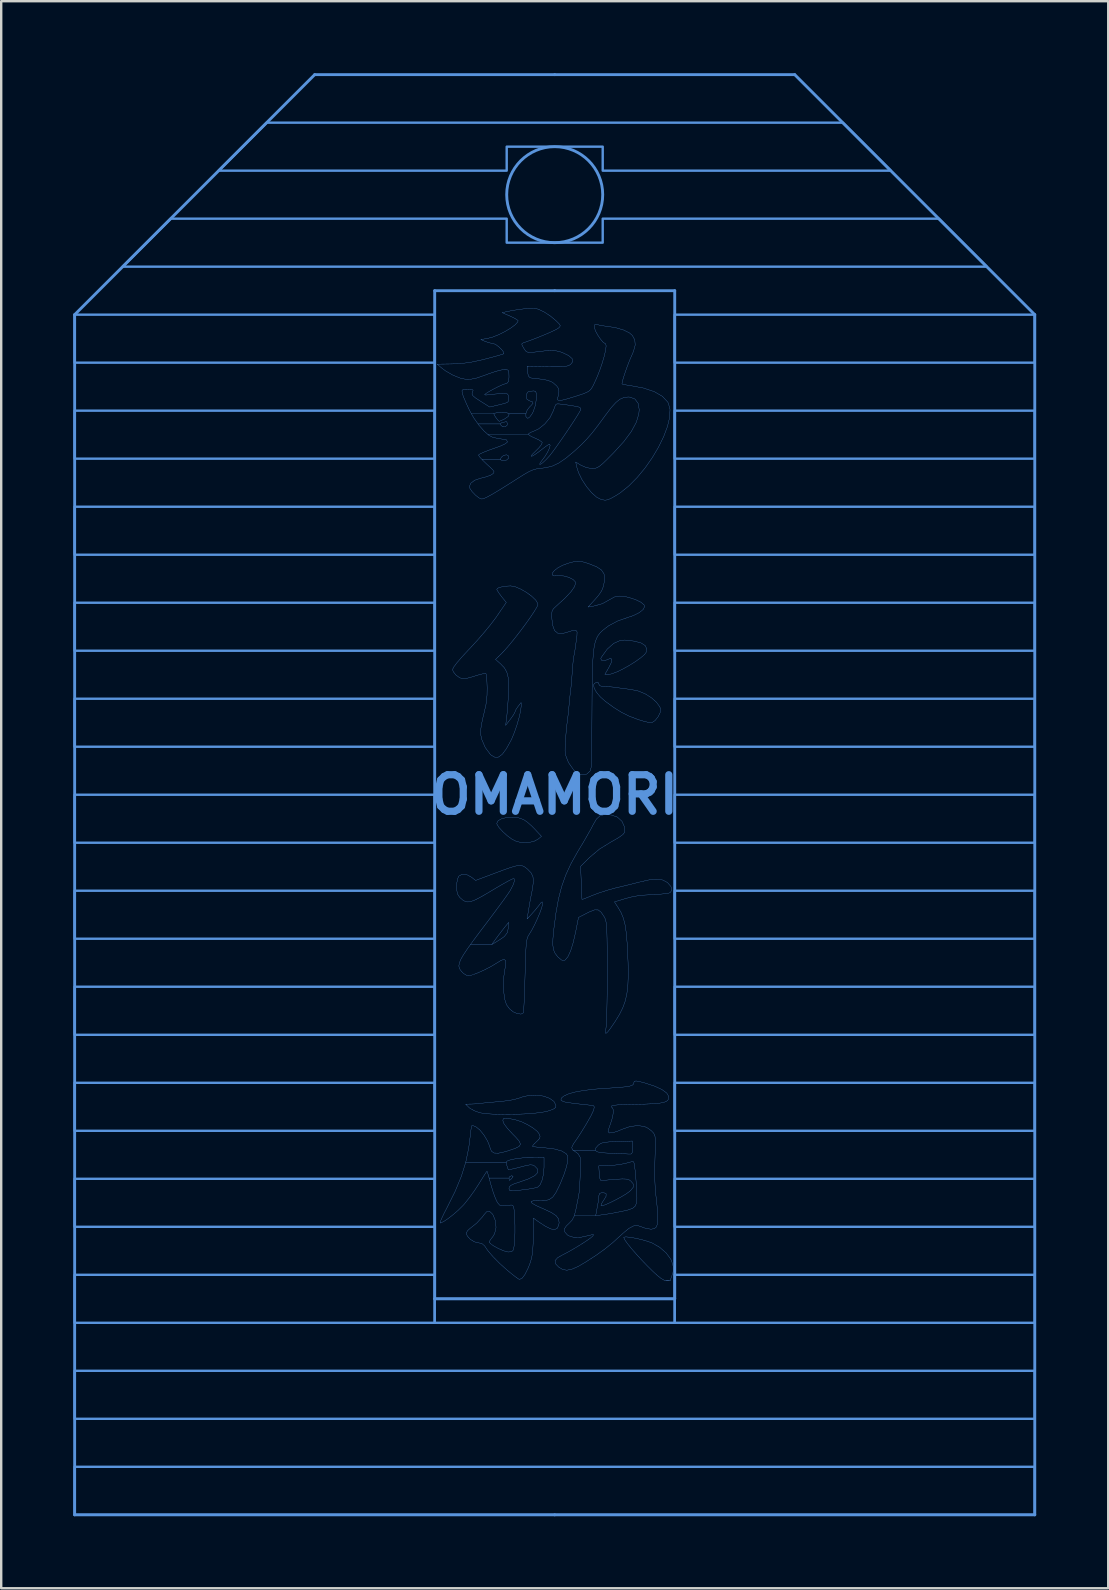
<source format=kicad_pcb>
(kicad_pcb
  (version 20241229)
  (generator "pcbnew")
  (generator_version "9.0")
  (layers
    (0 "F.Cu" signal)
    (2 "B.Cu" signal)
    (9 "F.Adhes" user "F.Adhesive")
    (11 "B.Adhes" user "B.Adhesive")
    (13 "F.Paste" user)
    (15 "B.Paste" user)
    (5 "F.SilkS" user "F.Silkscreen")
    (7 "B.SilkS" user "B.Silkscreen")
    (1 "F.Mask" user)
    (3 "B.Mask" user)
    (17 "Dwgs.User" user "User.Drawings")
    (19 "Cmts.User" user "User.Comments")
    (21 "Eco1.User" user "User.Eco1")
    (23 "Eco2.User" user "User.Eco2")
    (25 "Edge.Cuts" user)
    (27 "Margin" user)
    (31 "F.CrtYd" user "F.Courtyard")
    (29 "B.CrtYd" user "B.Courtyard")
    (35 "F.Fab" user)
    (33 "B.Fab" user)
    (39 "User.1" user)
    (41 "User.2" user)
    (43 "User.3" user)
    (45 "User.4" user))
  (footprint "OMAMORI"
    (layer "F.Cu")
    (at 20.06 30.06)
    (property "Reference" "OMAMORI" (at 0 0 0) (layer "Cmts.User") (effects (font (size 1.524 1.524) (thickness 0.3))))
    (attr through_hole)
    (fp_line (start -20 -20) (end -10 -30) (stroke (width 0.12) (type solid)) (layer "Cmts.User"))
    (fp_line (start -20 30) (end -20 -20) (stroke (width 0.12) (type solid)) (layer "Cmts.User"))
    (fp_line (start -10 -30) (end 0 -30) (stroke (width 0.12) (type solid)) (layer "Cmts.User"))
    (fp_line (start -5 -21) (end -5 21) (stroke (width 0.12) (type solid)) (layer "Cmts.User"))
    (fp_line (start -5 21) (end 5 21) (stroke (width 0.12) (type solid)) (layer "Cmts.User"))
    (fp_line (start 0 -30) (end 10 -30) (stroke (width 0.12) (type solid)) (layer "Cmts.User"))
    (fp_line (start 0 -21) (end -5 -21) (stroke (width 0.12) (type solid)) (layer "Cmts.User"))
    (fp_line (start 0 30) (end -20 30) (stroke (width 0.12) (type solid)) (layer "Cmts.User"))
    (fp_line (start 5 -21) (end 0 -21) (stroke (width 0.12) (type solid)) (layer "Cmts.User"))
    (fp_line (start 5 21) (end 5 -21) (stroke (width 0.12) (type solid)) (layer "Cmts.User"))
    (fp_line (start 10 -30) (end 20 -20) (stroke (width 0.12) (type solid)) (layer "Cmts.User"))
    (fp_line (start 20 -20) (end 20 30) (stroke (width 0.12) (type solid)) (layer "Cmts.User"))
    (fp_line (start 20 30) (end 0 30) (stroke (width 0.12) (type solid)) (layer "Cmts.User"))
    (fp_circle (center 0 -25) (end 2 -25) (stroke (width 0.12) (type solid)) (fill no) (layer "Cmts.User"))
    (fp_poly (pts (xy -20 -20) (xy -5 -20) (xy -5 -18) (xy -20 -18)) (stroke (width 0.1) (type solid)) (fill no) (layer "Cmts.User"))
    (fp_poly (pts (xy -20 -12) (xy -20 -10) (xy -5 -10) (xy -5 -12)) (stroke (width 0.1) (type solid)) (fill no) (layer "Cmts.User"))
    (fp_poly (pts (xy -20 -8) (xy -5 -8) (xy -5 -6) (xy -20 -6)) (stroke (width 0.1) (type solid)) (fill no) (layer "Cmts.User"))
    (fp_poly (pts (xy -20 -4) (xy -5 -4) (xy -5 -2) (xy -20 -2)) (stroke (width 0.1) (type solid)) (fill no) (layer "Cmts.User"))
    (fp_poly (pts (xy -20 0) (xy -5 0) (xy -5 2) (xy -20 2)) (stroke (width 0.1) (type solid)) (fill no) (layer "Cmts.User"))
    (fp_poly (pts (xy -20 4) (xy -5 4) (xy -5 6) (xy -20 6)) (stroke (width 0.1) (type solid)) (fill no) (layer "Cmts.User"))
    (fp_poly (pts (xy -20 8) (xy -5 8) (xy -5 10) (xy -20 10)) (stroke (width 0.1) (type solid)) (fill no) (layer "Cmts.User"))
    (fp_poly (pts (xy -20 12) (xy -5 12) (xy -5 14) (xy -20 14)) (stroke (width 0.1) (type solid)) (fill no) (layer "Cmts.User"))
    (fp_poly (pts (xy -20 16) (xy -5 16) (xy -5 18) (xy -20 18)) (stroke (width 0.1) (type solid)) (fill no) (layer "Cmts.User"))
    (fp_poly (pts (xy -20 20) (xy -5 20) (xy -5 22) (xy -20 22)) (stroke (width 0.1) (type solid)) (fill no) (layer "Cmts.User"))
    (fp_poly (pts (xy -20 24) (xy 20 24) (xy 20 26) (xy -20 26)) (stroke (width 0.1) (type solid)) (fill no) (layer "Cmts.User"))
    (fp_poly (pts (xy -20 28) (xy 20 28) (xy 20 30) (xy -20 30)) (stroke (width 0.1) (type solid)) (fill no) (layer "Cmts.User"))
    (fp_poly (pts (xy -5 -16) (xy -20 -16) (xy -20 -14) (xy -5 -14)) (stroke (width 0.1) (type solid)) (fill no) (layer "Cmts.User"))
    (fp_poly (pts (xy -5 21) (xy 5 21) (xy 5 22) (xy -5 22)) (stroke (width 0.1) (type solid)) (fill no) (layer "Cmts.User"))
    (fp_poly (pts (xy 5 -20) (xy 20 -20) (xy 20 -18) (xy 5 -18)) (stroke (width 0.1) (type solid)) (fill no) (layer "Cmts.User"))
    (fp_poly (pts (xy 5 -16) (xy 20 -16) (xy 20 -14) (xy 5 -14)) (stroke (width 0.1) (type solid)) (fill no) (layer "Cmts.User"))
    (fp_poly (pts (xy 5 -12) (xy 20 -12) (xy 20 -10) (xy 5 -10)) (stroke (width 0.1) (type solid)) (fill no) (layer "Cmts.User"))
    (fp_poly (pts (xy 5 -8) (xy 20 -8) (xy 20 -6) (xy 5 -6)) (stroke (width 0.1) (type solid)) (fill no) (layer "Cmts.User"))
    (fp_poly (pts (xy 5 -4) (xy 20 -4) (xy 20 -2) (xy 5 -2)) (stroke (width 0.1) (type solid)) (fill no) (layer "Cmts.User"))
    (fp_poly (pts (xy 5 0) (xy 20 0) (xy 20 2) (xy 5 2)) (stroke (width 0.1) (type solid)) (fill no) (layer "Cmts.User"))
    (fp_poly (pts (xy 5 4) (xy 20 4) (xy 20 6) (xy 5 6)) (stroke (width 0.1) (type solid)) (fill no) (layer "Cmts.User"))
    (fp_poly (pts (xy 5 8) (xy 20 8) (xy 20 10) (xy 5 10)) (stroke (width 0.1) (type solid)) (fill no) (layer "Cmts.User"))
    (fp_poly (pts (xy 5 12) (xy 20 12) (xy 20 14) (xy 5 14)) (stroke (width 0.1) (type solid)) (fill no) (layer "Cmts.User"))
    (fp_poly (pts (xy 5 16) (xy 20 16) (xy 20 18) (xy 5 18)) (stroke (width 0.1) (type solid)) (fill no) (layer "Cmts.User"))
    (fp_poly (pts (xy 5 20) (xy 20 20) (xy 20 22) (xy 5 22)) (stroke (width 0.1) (type solid)) (fill no) (layer "Cmts.User"))
    (fp_poly (pts (xy -18 -22) (xy 18 -22) (xy 16 -24) (xy 2 -24) (xy 2 -23) (xy -2 -23) (xy -2 -24) (xy -16 -24)) (stroke (width 0.1) (type solid)) (fill no) (layer "Cmts.User"))
    (fp_poly (pts (xy -14 -26) (xy -2 -26) (xy -2 -27) (xy 2 -27) (xy 2 -26) (xy 14 -26) (xy 12 -28) (xy -12 -28)) (stroke (width 0.1) (type solid)) (fill no) (layer "Cmts.User"))
    (fp_poly (pts (xy -1.505 0.962) (xy -1.297 1.034) (xy -1.149 1.135) (xy -0.966 1.294) (xy -0.828 1.434) (xy -0.551 1.734) (xy -0.695 1.851) (xy -0.862 1.941) (xy -1.007 1.973) (xy -1.174 1.984) (xy -1.274 1.998) (xy -1.395 1.991) (xy -1.572 1.948) (xy -1.623 1.932) (xy -1.788 1.847) (xy -1.977 1.707) (xy -2.162 1.54) (xy -2.314 1.374) (xy -2.402 1.236) (xy -2.413 1.189) (xy -2.356 1.079) (xy -2.205 0.997) (xy -1.992 0.948) (xy -1.748 0.935) (xy -1.505 0.962)) (stroke (width 0.01) (type solid)) (fill no) (layer "Cmts.User"))
    (fp_poly (pts (xy 3.324 -6.398) (xy 3.607 -6.32) (xy 3.777 -6.207) (xy 3.837 -6.057) (xy 3.825 -5.958) (xy 3.749 -5.848) (xy 3.583 -5.705) (xy 3.355 -5.542) (xy 3.091 -5.378) (xy 2.819 -5.227) (xy 2.565 -5.107) (xy 2.356 -5.032) (xy 2.254 -5.016) (xy 2.09 -5.016) (xy 2.256 -5.3) (xy 2.357 -5.505) (xy 2.381 -5.636) (xy 2.332 -5.684) (xy 2.21 -5.638) (xy 2.196 -5.629) (xy 2.061 -5.578) (xy 1.957 -5.595) (xy 1.92 -5.667) (xy 1.94 -5.724) (xy 2.188 -6.067) (xy 2.456 -6.305) (xy 2.734 -6.429) (xy 2.921 -6.445) (xy 3.324 -6.398)) (stroke (width 0.01) (type solid)) (fill no) (layer "Cmts.User"))
    (fp_poly (pts (xy -0.461 12.557) (xy -0.212 12.648) (xy -0.032 12.778) (xy 0.051 12.939) (xy 0.043 13.019) (xy -0.027 13.082) (xy -0.183 13.146) (xy -0.298 13.183) (xy -0.53 13.231) (xy -0.858 13.27) (xy -1.249 13.298) (xy -1.673 13.315) (xy -2.1 13.319) (xy -2.499 13.311) (xy -2.841 13.289) (xy -3.093 13.254) (xy -3.133 13.244) (xy -3.345 13.167) (xy -3.523 13.069) (xy -3.576 13.026) (xy -3.711 12.89) (xy -3.459 12.886) (xy -3.272 12.878) (xy -3.13 12.865) (xy -3.111 12.862) (xy -3.006 12.848) (xy -2.811 12.828) (xy -2.566 12.806) (xy -2.508 12.801) (xy -2.152 12.768) (xy -1.887 12.735) (xy -1.675 12.693) (xy -1.481 12.638) (xy -1.352 12.592) (xy -1.059 12.523) (xy -0.753 12.513) (xy -0.461 12.557)) (stroke (width 0.01) (type solid)) (fill no) (layer "Cmts.User"))
    (fp_poly (pts (xy 3.142 18.437) (xy 3.371 18.478) (xy 3.622 18.535) (xy 3.861 18.603) (xy 4.056 18.673) (xy 4.064 18.677) (xy 4.378 18.858) (xy 4.648 19.096) (xy 4.838 19.355) (xy 4.865 19.413) (xy 4.943 19.667) (xy 4.93 19.895) (xy 4.879 20.046) (xy 4.83 20.187) (xy 4.816 20.25) (xy 4.755 20.25) (xy 4.75 20.25) (xy 4.75 20.251) (xy 4.809 20.249) (xy 4.75 20.25) (xy 4.625 20.251) (xy 4.75 20.254) (xy 4.587 20.242) (xy 4.531 20.209) (xy 4.531 20.205) (xy 4.431 20.152) (xy 4.273 20.025) (xy 4.074 19.842) (xy 3.849 19.62) (xy 3.616 19.376) (xy 3.39 19.129) (xy 3.186 18.894) (xy 3.023 18.69) (xy 2.914 18.535) (xy 2.877 18.444) (xy 2.882 18.433) (xy 2.968 18.42) (xy 3.142 18.437)) (stroke (width 0.01) (type solid)) (fill no) (layer "Cmts.User"))
    (fp_poly (pts (xy 1.839 -4.64) (xy 1.841 -4.604) (xy 1.883 -4.538) (xy 2.021 -4.508) (xy 2.111 -4.504) (xy 2.305 -4.496) (xy 2.455 -4.483) (xy 2.481 -4.479) (xy 2.598 -4.461) (xy 2.79 -4.436) (xy 2.934 -4.418) (xy 3.174 -4.384) (xy 3.396 -4.342) (xy 3.487 -4.32) (xy 3.765 -4.206) (xy 4.027 -4.042) (xy 4.242 -3.851) (xy 4.38 -3.657) (xy 4.411 -3.569) (xy 4.391 -3.417) (xy 4.303 -3.242) (xy 4.179 -3.089) (xy 4.05 -3.005) (xy 4.03 -3.001) (xy 3.912 -3.013) (xy 3.714 -3.06) (xy 3.477 -3.132) (xy 3.443 -3.144) (xy 3.094 -3.278) (xy 2.778 -3.436) (xy 2.453 -3.64) (xy 2.108 -3.892) (xy 1.897 -4.079) (xy 1.737 -4.272) (xy 1.641 -4.448) (xy 1.623 -4.585) (xy 1.665 -4.646) (xy 1.787 -4.695) (xy 1.839 -4.64)) (stroke (width 0.01) (type solid)) (fill no) (layer "Cmts.User"))
    (fp_poly (pts (xy -1.639 -8.663) (xy -1.41 -8.565) (xy -1.173 -8.427) (xy -0.957 -8.268) (xy -0.791 -8.109) (xy -0.705 -7.968) (xy -0.699 -7.93) (xy -0.738 -7.829) (xy -0.843 -7.65) (xy -1 -7.413) (xy -1.196 -7.137) (xy -1.414 -6.842) (xy -1.641 -6.549) (xy -1.861 -6.276) (xy -2.062 -6.043) (xy -2.213 -5.883) (xy -2.465 -5.637) (xy -2.252 -5.451) (xy -2.097 -5.288) (xy -1.994 -5.104) (xy -1.935 -4.872) (xy -1.914 -4.569) (xy -1.926 -4.168) (xy -1.929 -4.132) (xy -1.95 -3.817) (xy -1.973 -3.517) (xy -1.995 -3.275) (xy -2.007 -3.175) (xy -2.044 -2.889) (xy -1.849 -3.143) (xy -1.736 -3.302) (xy -1.664 -3.423) (xy -1.651 -3.461) (xy -1.613 -3.552) (xy -1.525 -3.682) (xy -1.524 -3.683) (xy -1.4 -3.842) (xy -1.398 -3.682) (xy -1.421 -3.491) (xy -1.482 -3.224) (xy -1.57 -2.917) (xy -1.674 -2.611) (xy -1.783 -2.344) (xy -1.821 -2.264) (xy -2.013 -1.918) (xy -2.182 -1.689) (xy -2.338 -1.571) (xy -2.488 -1.559) (xy -2.643 -1.647) (xy -2.688 -1.69) (xy -2.893 -1.965) (xy -3.038 -2.3) (xy -3.089 -2.533) (xy -3.084 -2.7) (xy -3.048 -2.946) (xy -2.987 -3.229) (xy -2.96 -3.334) (xy -2.864 -3.755) (xy -2.82 -4.141) (xy -2.815 -4.456) (xy -2.824 -4.708) (xy -2.84 -4.91) (xy -2.858 -5.029) (xy -2.866 -5.046) (xy -2.942 -5.048) (xy -3.102 -5.014) (xy -3.293 -4.956) (xy -3.514 -4.888) (xy -3.702 -4.84) (xy -3.799 -4.826) (xy -3.956 -4.872) (xy -4.112 -4.984) (xy -4.225 -5.123) (xy -4.255 -5.219) (xy -4.21 -5.317) (xy -4.081 -5.49) (xy -3.879 -5.726) (xy -3.612 -6.015) (xy -3.54 -6.09) (xy -3.254 -6.399) (xy -2.961 -6.735) (xy -2.691 -7.063) (xy -2.474 -7.347) (xy -2.422 -7.421) (xy -2.018 -8.011) (xy -2.216 -8.256) (xy -2.33 -8.41) (xy -2.401 -8.527) (xy -2.413 -8.561) (xy -2.356 -8.613) (xy -2.207 -8.66) (xy -2.004 -8.691) (xy -1.831 -8.7) (xy -1.639 -8.663)) (stroke (width 0.01) (type solid)) (fill no) (layer "Cmts.User"))
    (fp_poly (pts (xy 1.099 -9.722) (xy 1.276 -9.673) (xy 1.434 -9.621) (xy 1.747 -9.496) (xy 1.948 -9.362) (xy 2.054 -9.201) (xy 2.08 -8.997) (xy 2.072 -8.911) (xy 2.03 -8.684) (xy 1.954 -8.493) (xy 1.82 -8.298) (xy 1.64 -8.092) (xy 1.39 -7.82) (xy 1.594 -7.853) (xy 1.984 -7.959) (xy 2.284 -8.126) (xy 2.491 -8.24) (xy 2.712 -8.277) (xy 2.986 -8.243) (xy 3.096 -8.217) (xy 3.378 -8.125) (xy 3.594 -8.019) (xy 3.722 -7.911) (xy 3.747 -7.846) (xy 3.688 -7.72) (xy 3.527 -7.589) (xy 3.287 -7.469) (xy 3.082 -7.399) (xy 2.618 -7.237) (xy 2.244 -7.037) (xy 2.006 -6.854) (xy 1.901 -6.754) (xy 1.814 -6.645) (xy 1.743 -6.516) (xy 1.686 -6.354) (xy 1.642 -6.147) (xy 1.609 -5.882) (xy 1.586 -5.548) (xy 1.57 -5.131) (xy 1.56 -4.619) (xy 1.555 -4.001) (xy 1.553 -3.556) (xy 1.55 -3.034) (xy 1.548 -2.546) (xy 1.545 -2.109) (xy 1.542 -1.739) (xy 1.539 -1.452) (xy 1.536 -1.263) (xy 1.534 -1.195) (xy 1.473 -0.988) (xy 1.338 -0.863) (xy 1.159 -0.826) (xy 0.963 -0.884) (xy 0.797 -1.024) (xy 0.573 -1.342) (xy 0.456 -1.644) (xy 0.432 -1.825) (xy 0.434 -2.012) (xy 0.45 -2.284) (xy 0.475 -2.6) (xy 0.507 -2.919) (xy 0.54 -3.175) (xy 0.557 -3.316) (xy 0.58 -3.537) (xy 0.604 -3.793) (xy 0.606 -3.81) (xy 0.629 -4.054) (xy 0.651 -4.256) (xy 0.666 -4.376) (xy 0.667 -4.383) (xy 0.679 -4.485) (xy 0.697 -4.681) (xy 0.718 -4.939) (xy 0.731 -5.113) (xy 0.752 -5.384) (xy 0.772 -5.604) (xy 0.789 -5.744) (xy 0.796 -5.78) (xy 0.807 -5.812) (xy 0.822 -5.886) (xy 0.843 -6.023) (xy 0.874 -6.242) (xy 0.919 -6.564) (xy 0.926 -6.62) (xy 0.932 -6.783) (xy 0.88 -6.854) (xy 0.75 -6.844) (xy 0.606 -6.795) (xy 0.328 -6.716) (xy 0.129 -6.728) (xy -0.005 -6.838) (xy -0.084 -7.057) (xy -0.115 -7.304) (xy -0.126 -7.519) (xy -0.109 -7.653) (xy -0.052 -7.751) (xy 0.062 -7.857) (xy 0.423 -8.185) (xy 0.679 -8.458) (xy 0.829 -8.674) (xy 0.871 -8.831) (xy 0.864 -8.863) (xy 0.768 -8.966) (xy 0.591 -9.056) (xy 0.379 -9.114) (xy 0.177 -9.126) (xy 0.147 -9.123) (xy -0.028 -9.116) (xy -0.105 -9.16) (xy -0.095 -9.24) (xy -0.012 -9.343) (xy 0.135 -9.455) (xy 0.333 -9.561) (xy 0.571 -9.648) (xy 0.58 -9.65) (xy 0.801 -9.709) (xy 0.957 -9.733) (xy 1.099 -9.722)) (stroke (width 0.01) (type solid)) (fill no) (layer "Cmts.User"))
    (fp_poly (pts (xy 2.35 0.843) (xy 2.357 0.844) (xy 2.612 0.933) (xy 2.803 1.108) (xy 2.907 1.339) (xy 2.911 1.567) (xy 2.842 1.656) (xy 2.671 1.78) (xy 2.414 1.93) (xy 2.36 1.958) (xy 1.866 2.263) (xy 1.455 2.609) (xy 1.08 2.984) (xy 1.106 3.667) (xy 1.117 3.946) (xy 1.127 4.172) (xy 1.134 4.32) (xy 1.137 4.363) (xy 1.194 4.346) (xy 1.337 4.291) (xy 1.539 4.207) (xy 1.576 4.192) (xy 1.851 4.088) (xy 2.186 3.98) (xy 2.517 3.888) (xy 2.576 3.874) (xy 2.887 3.799) (xy 3.206 3.721) (xy 3.473 3.652) (xy 3.524 3.639) (xy 3.937 3.546) (xy 4.257 3.518) (xy 4.502 3.553) (xy 4.691 3.654) (xy 4.701 3.662) (xy 4.842 3.822) (xy 4.883 3.964) (xy 4.82 4.068) (xy 4.76 4.097) (xy 4.638 4.118) (xy 4.428 4.14) (xy 4.169 4.157) (xy 4.084 4.161) (xy 3.735 4.181) (xy 3.463 4.209) (xy 3.219 4.254) (xy 2.954 4.323) (xy 2.815 4.365) (xy 2.488 4.465) (xy 2.638 4.693) (xy 2.767 4.914) (xy 2.863 5.149) (xy 2.933 5.426) (xy 2.983 5.768) (xy 3.019 6.204) (xy 3.028 6.367) (xy 3.056 6.985) (xy 3.064 7.497) (xy 3.049 7.923) (xy 3.008 8.282) (xy 2.938 8.594) (xy 2.835 8.879) (xy 2.696 9.157) (xy 2.517 9.448) (xy 2.498 9.476) (xy 2.319 9.738) (xy 2.198 9.893) (xy 2.129 9.945) (xy 2.109 9.898) (xy 2.131 9.755) (xy 2.134 9.741) (xy 2.148 9.618) (xy 2.16 9.386) (xy 2.171 9.061) (xy 2.179 8.66) (xy 2.185 8.202) (xy 2.187 7.702) (xy 2.188 7.394) (xy 2.186 6.818) (xy 2.184 6.356) (xy 2.18 5.993) (xy 2.173 5.714) (xy 2.162 5.506) (xy 2.147 5.355) (xy 2.128 5.246) (xy 2.102 5.165) (xy 2.07 5.099) (xy 2.061 5.083) (xy 1.933 4.893) (xy 1.812 4.8) (xy 1.663 4.797) (xy 1.456 4.876) (xy 1.357 4.925) (xy 0.991 5.113) (xy 0.872 5.715) (xy 0.771 6.157) (xy 0.662 6.507) (xy 0.547 6.754) (xy 0.433 6.887) (xy 0.406 6.901) (xy 0.288 6.888) (xy 0.137 6.762) (xy 0.117 6.741) (xy 0.013 6.603) (xy -0.051 6.452) (xy -0.079 6.259) (xy -0.074 5.998) (xy -0.042 5.642) (xy -0.039 5.62) (xy 0.05 4.933) (xy 0.156 4.344) (xy 0.289 3.825) (xy 0.458 3.349) (xy 0.67 2.886) (xy 0.936 2.408) (xy 1.001 2.299) (xy 1.183 1.997) (xy 1.358 1.694) (xy 1.507 1.429) (xy 1.598 1.255) (xy 1.738 1.014) (xy 1.887 0.878) (xy 2.079 0.827) (xy 2.35 0.843)) (stroke (width 0.01) (type solid)) (fill no) (layer "Cmts.User"))
    (fp_poly (pts (xy -1.353 2.959) (xy -1.254 3.005) (xy -1.154 3.082) (xy -1.12 3.112) (xy -0.983 3.256) (xy -0.907 3.41) (xy -0.888 3.606) (xy -0.919 3.874) (xy -0.951 4.045) (xy -0.995 4.262) (xy -1.03 4.453) (xy -1.04 4.508) (xy -1.068 4.678) (xy -1.104 4.887) (xy -1.109 4.921) (xy -1.152 5.175) (xy -0.973 4.985) (xy -0.814 4.805) (xy -0.665 4.621) (xy -0.653 4.604) (xy -0.561 4.485) (xy -0.521 4.463) (xy -0.511 4.531) (xy -0.51 4.56) (xy -0.537 4.692) (xy -0.611 4.901) (xy -0.716 5.153) (xy -0.838 5.415) (xy -0.962 5.652) (xy -1.072 5.831) (xy -1.072 5.831) (xy -1.112 5.898) (xy -1.144 5.98) (xy -1.169 6.095) (xy -1.188 6.259) (xy -1.203 6.49) (xy -1.216 6.804) (xy -1.228 7.218) (xy -1.236 7.522) (xy -1.248 7.949) (xy -1.261 8.334) (xy -1.275 8.658) (xy -1.288 8.904) (xy -1.3 9.053) (xy -1.307 9.089) (xy -1.406 9.139) (xy -1.575 9.112) (xy -1.73 9.045) (xy -1.881 8.921) (xy -2.006 8.752) (xy -2.01 8.746) (xy -2.079 8.533) (xy -2.121 8.236) (xy -2.134 7.896) (xy -2.117 7.553) (xy -2.083 7.321) (xy -2.04 7.059) (xy -2.047 6.907) (xy -2.11 6.858) (xy -2.239 6.903) (xy -2.374 6.987) (xy -2.642 7.149) (xy -2.948 7.307) (xy -3.248 7.44) (xy -3.493 7.524) (xy -3.505 7.527) (xy -3.655 7.532) (xy -3.792 7.451) (xy -3.839 7.407) (xy -3.919 7.318) (xy -3.973 7.231) (xy -3.993 7.133) (xy -3.975 7.014) (xy -3.913 6.861) (xy -3.8 6.664) (xy -3.632 6.412) (xy -3.511 6.244) (xy -2.626 6.244) (xy -2.436 6.131) (xy -2.254 6.016) (xy -2.098 5.907) (xy -1.973 5.743) (xy -1.934 5.556) (xy -1.918 5.317) (xy -2.068 5.5) (xy -2.195 5.662) (xy -2.35 5.865) (xy -2.422 5.963) (xy -2.626 6.244) (xy -3.511 6.244) (xy -3.403 6.092) (xy -3.106 5.694) (xy -2.762 5.239) (xy -2.517 4.913) (xy -2.29 4.607) (xy -2.096 4.341) (xy -1.95 4.134) (xy -1.865 4.007) (xy -1.86 4) (xy -1.737 3.766) (xy -1.678 3.595) (xy -1.687 3.504) (xy -1.717 3.493) (xy -1.797 3.524) (xy -1.962 3.609) (xy -2.188 3.736) (xy -2.453 3.891) (xy -2.479 3.907) (xy -2.852 4.129) (xy -3.135 4.29) (xy -3.346 4.395) (xy -3.503 4.452) (xy -3.623 4.467) (xy -3.722 4.447) (xy -3.811 4.403) (xy -3.958 4.278) (xy -4.052 4.131) (xy -4.052 4.131) (xy -4.087 3.937) (xy -4.084 3.71) (xy -4.047 3.505) (xy -3.994 3.389) (xy -3.854 3.311) (xy -3.667 3.327) (xy -3.467 3.436) (xy -3.466 3.436) (xy -3.296 3.57) (xy -2.521 3.279) (xy -2.13 3.133) (xy -1.838 3.031) (xy -1.625 2.969) (xy -1.469 2.946) (xy -1.353 2.959)) (stroke (width 0.01) (type solid)) (fill no) (layer "Cmts.User"))
    (fp_poly (pts (xy -1.83 13.503) (xy -1.609 13.55) (xy -1.386 13.623) (xy -1.14 13.74) (xy -0.911 13.879) (xy -0.735 14.017) (xy -0.661 14.108) (xy -0.61 14.228) (xy -0.624 14.314) (xy -0.718 14.416) (xy -0.761 14.455) (xy -0.875 14.567) (xy -0.929 14.64) (xy -0.928 14.65) (xy -0.858 14.666) (xy -0.693 14.685) (xy -0.466 14.705) (xy -0.404 14.71) (xy -0.008 14.759) (xy 0.289 14.841) (xy 0.478 14.954) (xy 0.54 15.05) (xy 0.547 15.224) (xy 0.495 15.488) (xy 0.387 15.821) (xy 0.231 16.205) (xy 0.191 16.294) (xy 0.048 16.58) (xy -0.085 16.766) (xy -0.235 16.87) (xy -0.433 16.914) (xy -0.707 16.917) (xy -0.717 16.916) (xy -0.91 16.921) (xy -0.987 16.953) (xy -0.947 17.015) (xy -0.788 17.109) (xy -0.508 17.236) (xy -0.451 17.26) (xy -0.141 17.404) (xy 0.059 17.537) (xy 0.162 17.675) (xy 0.184 17.832) (xy 0.167 17.927) (xy 0.105 18.063) (xy -0.003 18.117) (xy -0.166 18.088) (xy -0.395 17.974) (xy -0.702 17.772) (xy -0.746 17.74) (xy -0.889 17.638) (xy -0.891 18.264) (xy -0.898 18.677) (xy -0.916 18.994) (xy -0.952 19.248) (xy -1.009 19.468) (xy -1.093 19.688) (xy -1.119 19.747) (xy -1.246 19.997) (xy -1.356 20.14) (xy -1.461 20.191) (xy -1.474 20.192) (xy -1.539 20.154) (xy -1.677 20.052) (xy -1.863 19.904) (xy -1.964 19.82) (xy -2.283 19.536) (xy -2.565 19.251) (xy -2.789 18.99) (xy -2.926 18.787) (xy -3.046 18.69) (xy -3.18 18.669) (xy -3.352 18.625) (xy -3.521 18.518) (xy -3.645 18.379) (xy -3.683 18.266) (xy -3.635 18.166) (xy -3.54 18.078) (xy -3.246 17.843) (xy -3.011 17.587) (xy -2.956 17.51) (xy -2.833 17.369) (xy -2.719 17.353) (xy -2.601 17.461) (xy -2.572 17.502) (xy -2.468 17.752) (xy -2.445 18.028) (xy -2.502 18.284) (xy -2.58 18.413) (xy -2.679 18.541) (xy -2.729 18.624) (xy -2.731 18.632) (xy -2.677 18.703) (xy -2.541 18.798) (xy -2.358 18.899) (xy -2.165 18.986) (xy -1.999 19.041) (xy -1.932 19.05) (xy -1.806 19.04) (xy -1.739 18.989) (xy -1.702 18.862) (xy -1.686 18.764) (xy -1.667 18.55) (xy -1.657 18.26) (xy -1.657 17.936) (xy -1.666 17.622) (xy -1.683 17.361) (xy -1.7 17.233) (xy -1.73 17.133) (xy -1.791 17.093) (xy -1.924 17.099) (xy -2.007 17.111) (xy -2.185 17.13) (xy -2.288 17.103) (xy -2.369 17.01) (xy -2.403 16.956) (xy -2.474 16.803) (xy -2.559 16.57) (xy -2.643 16.3) (xy -2.664 16.223) (xy -2.729 15.983) (xy -2.732 15.97) (xy -1.905 15.97) (xy -1.892 16.055) (xy -1.881 16.066) (xy -1.826 16.023) (xy -1.778 15.97) (xy -1.734 15.895) (xy -1.792 15.875) (xy -1.802 15.875) (xy -1.891 15.923) (xy -1.905 15.97) (xy -2.732 15.97) (xy -2.782 15.798) (xy -2.816 15.696) (xy -2.822 15.684) (xy -2.86 15.735) (xy -2.948 15.871) (xy -3.072 16.069) (xy -3.163 16.217) (xy -3.349 16.501) (xy -3.559 16.792) (xy -3.755 17.039) (xy -3.81 17.102) (xy -4.002 17.293) (xy -4.218 17.484) (xy -4.434 17.652) (xy -4.621 17.778) (xy -4.752 17.84) (xy -4.775 17.843) (xy -4.768 17.791) (xy -4.71 17.65) (xy -4.61 17.441) (xy -4.482 17.193) (xy -4.145 16.515) (xy -3.889 15.895) (xy -3.713 15.329) (xy -2.017 15.329) (xy -2.001 15.42) (xy -1.961 15.553) (xy -1.932 15.615) (xy -1.863 15.612) (xy -1.703 15.58) (xy -1.485 15.525) (xy -1.433 15.511) (xy -1.186 15.447) (xy -1.027 15.419) (xy -0.924 15.426) (xy -0.842 15.465) (xy -0.829 15.473) (xy -0.704 15.605) (xy -0.704 15.737) (xy -0.831 15.869) (xy -1.084 16.001) (xy -1.451 16.131) (xy -1.692 16.21) (xy -1.832 16.277) (xy -1.895 16.344) (xy -1.905 16.396) (xy -1.894 16.467) (xy -1.842 16.5) (xy -1.719 16.502) (xy -1.54 16.485) (xy -1.3 16.456) (xy -1.081 16.427) (xy -0.984 16.412) (xy -0.82 16.379) (xy -0.712 16.35) (xy -0.613 16.256) (xy -0.529 16.066) (xy -0.469 15.811) (xy -0.445 15.524) (xy -0.445 15.496) (xy -0.445 15.113) (xy -0.651 15.104) (xy -1.172 15.107) (xy -1.655 15.171) (xy -1.698 15.18) (xy -1.894 15.224) (xy -1.991 15.267) (xy -2.017 15.329) (xy -3.713 15.329) (xy -3.704 15.302) (xy -3.581 14.705) (xy -3.524 14.256) (xy -3.5 14.032) (xy -3.475 13.864) (xy -3.456 13.786) (xy -3.455 13.785) (xy -3.387 13.792) (xy -3.268 13.844) (xy -3.112 13.974) (xy -2.946 14.18) (xy -2.802 14.42) (xy -2.707 14.649) (xy -2.694 14.706) (xy -2.636 14.852) (xy -2.522 14.927) (xy -2.336 14.932) (xy -2.061 14.871) (xy -1.937 14.833) (xy -1.652 14.736) (xy -1.483 14.652) (xy -1.426 14.56) (xy -1.474 14.439) (xy -1.622 14.267) (xy -1.755 14.132) (xy -1.974 13.896) (xy -2.112 13.709) (xy -2.159 13.587) (xy -2.15 13.513) (xy -2.108 13.476) (xy -2.009 13.473) (xy -1.83 13.503)) (stroke (width 0.01) (type solid)) (fill no) (layer "Cmts.User"))
    (fp_poly (pts (xy 3.571 11.959) (xy 3.762 12.01) (xy 4.164 12.141) (xy 4.469 12.283) (xy 4.668 12.429) (xy 4.754 12.575) (xy 4.729 12.703) (xy 4.665 12.767) (xy 4.551 12.815) (xy 4.372 12.85) (xy 4.111 12.874) (xy 3.753 12.889) (xy 3.372 12.896) (xy 2.957 12.904) (xy 2.658 12.918) (xy 2.466 12.938) (xy 2.369 12.967) (xy 2.359 13.005) (xy 2.407 13.046) (xy 2.441 13.134) (xy 2.431 13.308) (xy 2.381 13.535) (xy 2.315 13.733) (xy 2.256 13.9) (xy 2.224 14.018) (xy 2.223 14.035) (xy 2.274 14.091) (xy 2.419 14.081) (xy 2.646 14.007) (xy 2.804 13.939) (xy 3.14 13.822) (xy 3.463 13.783) (xy 3.74 13.822) (xy 3.875 13.888) (xy 4.031 14.002) (xy 4.128 14.105) (xy 4.178 14.23) (xy 4.195 14.41) (xy 4.191 14.68) (xy 4.19 14.72) (xy 4.174 15.276) (xy 4.169 15.727) (xy 4.173 16.093) (xy 4.187 16.395) (xy 4.208 16.621) (xy 4.26 17.093) (xy 4.29 17.454) (xy 4.296 17.718) (xy 4.276 17.9) (xy 4.228 18.014) (xy 4.15 18.075) (xy 4.041 18.096) (xy 3.999 18.098) (xy 3.794 18.067) (xy 3.626 18.006) (xy 3.453 17.947) (xy 3.282 17.965) (xy 3.089 18.068) (xy 2.852 18.264) (xy 2.794 18.318) (xy 2.44 18.64) (xy 2.1 18.917) (xy 1.732 19.182) (xy 1.308 19.457) (xy 0.973 19.654) (xy 0.711 19.769) (xy 0.502 19.809) (xy 0.325 19.776) (xy 0.167 19.68) (xy 0.032 19.538) (xy 0.014 19.412) (xy 0.118 19.29) (xy 0.302 19.184) (xy 0.525 19.069) (xy 0.783 18.922) (xy 1.046 18.764) (xy 1.286 18.611) (xy 1.474 18.481) (xy 1.58 18.392) (xy 1.585 18.387) (xy 1.62 18.33) (xy 1.573 18.324) (xy 1.45 18.357) (xy 1.09 18.436) (xy 0.792 18.44) (xy 0.574 18.372) (xy 0.524 18.334) (xy 0.412 18.205) (xy 0.398 18.092) (xy 0.485 17.963) (xy 0.593 17.861) (xy 0.724 17.723) (xy 0.809 17.56) (xy 0.815 17.538) (xy 1.707 17.538) (xy 1.98 17.5) (xy 2.193 17.469) (xy 2.379 17.438) (xy 2.413 17.432) (xy 2.794 17.359) (xy 3.067 17.296) (xy 3.251 17.226) (xy 3.36 17.131) (xy 3.412 16.995) (xy 3.425 16.8) (xy 3.414 16.53) (xy 3.409 16.424) (xy 3.391 16.125) (xy 3.372 15.864) (xy 3.354 15.672) (xy 3.342 15.589) (xy 3.314 15.429) (xy 3.307 15.357) (xy 3.292 15.298) (xy 3.236 15.284) (xy 3.106 15.313) (xy 3 15.344) (xy 2.77 15.395) (xy 2.484 15.433) (xy 2.267 15.448) (xy 1.836 15.462) (xy 1.855 15.78) (xy 1.877 15.977) (xy 1.917 16.068) (xy 1.964 16.078) (xy 2.068 16.064) (xy 2.26 16.045) (xy 2.503 16.025) (xy 2.552 16.021) (xy 2.815 16.006) (xy 2.985 16.012) (xy 3.096 16.042) (xy 3.176 16.098) (xy 3.28 16.226) (xy 3.279 16.344) (xy 3.169 16.481) (xy 3.11 16.534) (xy 2.968 16.635) (xy 2.769 16.754) (xy 2.543 16.877) (xy 2.317 16.99) (xy 2.119 17.077) (xy 1.98 17.126) (xy 1.929 17.127) (xy 1.938 17.057) (xy 2.01 16.936) (xy 2.025 16.918) (xy 2.137 16.738) (xy 2.142 16.624) (xy 2.039 16.575) (xy 2 16.573) (xy 1.876 16.603) (xy 1.837 16.709) (xy 1.837 16.716) (xy 1.822 16.895) (xy 1.809 16.986) (xy 1.781 17.139) (xy 1.746 17.325) (xy 1.707 17.538) (xy 0.815 17.538) (xy 0.873 17.325) (xy 0.885 17.267) (xy 0.931 17.035) (xy 0.971 16.837) (xy 0.993 16.732) (xy 1.016 16.577) (xy 1.036 16.339) (xy 1.053 16.054) (xy 1.065 15.754) (xy 1.071 15.475) (xy 1.07 15.249) (xy 1.06 15.111) (xy 1.058 15.1) (xy 0.973 14.957) (xy 0.859 14.871) (xy 0.776 14.818) (xy 1.688 14.818) (xy 1.775 14.878) (xy 1.971 14.915) (xy 2.285 14.935) (xy 2.319 14.936) (xy 2.6 14.946) (xy 2.85 14.956) (xy 3.029 14.966) (xy 3.075 14.969) (xy 3.176 14.969) (xy 3.224 14.919) (xy 3.238 14.788) (xy 3.239 14.706) (xy 3.239 14.427) (xy 2.596 14.448) (xy 2.293 14.461) (xy 2.088 14.482) (xy 1.952 14.514) (xy 1.857 14.565) (xy 1.807 14.607) (xy 1.701 14.729) (xy 1.688 14.818) (xy 0.776 14.818) (xy 0.736 14.792) (xy 0.71 14.693) (xy 0.779 14.547) (xy 0.846 14.452) (xy 0.943 14.312) (xy 1.082 14.097) (xy 1.239 13.844) (xy 1.322 13.707) (xy 1.507 13.382) (xy 1.616 13.152) (xy 1.651 13.009) (xy 1.613 12.95) (xy 1.603 12.948) (xy 1.509 12.937) (xy 1.397 12.925) (xy 1.021 12.884) (xy 0.708 12.846) (xy 0.479 12.812) (xy 0.365 12.788) (xy 0.262 12.727) (xy 0.267 12.648) (xy 0.368 12.56) (xy 0.548 12.473) (xy 0.792 12.398) (xy 1.016 12.353) (xy 1.271 12.314) (xy 1.473 12.287) (xy 1.663 12.266) (xy 1.884 12.248) (xy 2.178 12.228) (xy 2.284 12.222) (xy 2.666 12.195) (xy 2.94 12.17) (xy 3.122 12.141) (xy 3.231 12.104) (xy 3.285 12.054) (xy 3.302 11.987) (xy 3.302 11.97) (xy 3.325 11.931) (xy 3.407 11.926) (xy 3.571 11.959)) (stroke (width 0.01) (type solid)) (fill no) (layer "Cmts.User"))
    (fp_poly (pts (xy -0.68 -20.228) (xy -0.433 -20.109) (xy -0.171 -19.937) (xy 0.058 -19.745) (xy 0.186 -19.617) (xy 0.232 -19.542) (xy 0.205 -19.485) (xy 0.145 -19.433) (xy 0.039 -19.372) (xy -0.156 -19.28) (xy -0.411 -19.17) (xy -0.695 -19.053) (xy -0.979 -18.944) (xy -1.233 -18.853) (xy -1.29 -18.834) (xy -1.362 -18.802) (xy -1.367 -18.746) (xy -1.305 -18.629) (xy -1.29 -18.603) (xy -1.213 -18.489) (xy -1.128 -18.436) (xy -0.992 -18.429) (xy -0.858 -18.44) (xy -0.606 -18.467) (xy -0.358 -18.5) (xy -0.286 -18.511) (xy -0.052 -18.518) (xy 0.214 -18.458) (xy 0.33 -18.417) (xy 0.582 -18.296) (xy 0.725 -18.169) (xy 0.752 -18.042) (xy 0.662 -17.928) (xy 0.6 -17.889) (xy 0.522 -17.862) (xy 0.407 -17.846) (xy 0.234 -17.837) (xy -0.017 -17.836) (xy -0.369 -17.84) (xy -0.496 -17.843) (xy -1.151 -17.854) (xy -1.131 -17.616) (xy -1.099 -17.448) (xy -1.029 -17.374) (xy -0.984 -17.363) (xy -0.845 -17.346) (xy -0.643 -17.323) (xy -0.558 -17.313) (xy -0.285 -17.265) (xy -0.09 -17.182) (xy 0.074 -17.042) (xy 0.088 -17.026) (xy 0.158 -16.923) (xy 0.176 -16.799) (xy 0.145 -16.614) (xy 0.12 -16.513) (xy 0.122 -16.451) (xy 0.181 -16.426) (xy 0.312 -16.44) (xy 0.53 -16.495) (xy 0.851 -16.593) (xy 0.883 -16.603) (xy 1.156 -16.693) (xy 1.335 -16.763) (xy 1.45 -16.833) (xy 1.529 -16.92) (xy 1.599 -17.043) (xy 1.617 -17.079) (xy 1.75 -17.367) (xy 1.873 -17.676) (xy 1.979 -17.985) (xy 2.064 -18.273) (xy 2.12 -18.518) (xy 2.142 -18.697) (xy 2.122 -18.789) (xy 2.104 -18.796) (xy 2.021 -18.847) (xy 1.91 -18.977) (xy 1.795 -19.147) (xy 1.701 -19.32) (xy 1.653 -19.459) (xy 1.651 -19.482) (xy 1.67 -19.59) (xy 1.742 -19.598) (xy 1.762 -19.59) (xy 1.893 -19.556) (xy 2.086 -19.526) (xy 2.159 -19.518) (xy 2.536 -19.459) (xy 2.863 -19.364) (xy 3.112 -19.242) (xy 3.234 -19.136) (xy 3.337 -18.948) (xy 3.353 -18.735) (xy 3.282 -18.472) (xy 3.217 -18.32) (xy 3.127 -18.113) (xy 3.032 -17.869) (xy 2.943 -17.619) (xy 2.868 -17.391) (xy 2.818 -17.215) (xy 2.802 -17.12) (xy 2.805 -17.113) (xy 2.876 -17.092) (xy 3.032 -17.063) (xy 3.145 -17.047) (xy 3.698 -16.944) (xy 4.145 -16.795) (xy 4.481 -16.602) (xy 4.702 -16.368) (xy 4.735 -16.312) (xy 4.804 -16.051) (xy 4.788 -15.721) (xy 4.697 -15.339) (xy 4.539 -14.92) (xy 4.326 -14.483) (xy 4.065 -14.043) (xy 3.766 -13.616) (xy 3.438 -13.219) (xy 3.092 -12.869) (xy 2.735 -12.581) (xy 2.54 -12.457) (xy 2.338 -12.344) (xy 2.204 -12.287) (xy 2.097 -12.272) (xy 1.976 -12.291) (xy 1.937 -12.3) (xy 1.746 -12.397) (xy 1.535 -12.585) (xy 1.325 -12.838) (xy 1.137 -13.126) (xy 0.992 -13.421) (xy 0.921 -13.646) (xy 0.875 -13.862) (xy 1.096 -13.726) (xy 1.327 -13.627) (xy 1.563 -13.589) (xy 1.666 -13.595) (xy 1.761 -13.623) (xy 1.867 -13.686) (xy 2.003 -13.799) (xy 2.187 -13.976) (xy 2.438 -14.23) (xy 2.45 -14.242) (xy 2.877 -14.71) (xy 3.192 -15.133) (xy 3.4 -15.518) (xy 3.505 -15.871) (xy 3.52 -16.048) (xy 3.475 -16.306) (xy 3.344 -16.484) (xy 3.137 -16.566) (xy 3.057 -16.571) (xy 2.879 -16.548) (xy 2.714 -16.476) (xy 2.545 -16.339) (xy 2.351 -16.124) (xy 2.116 -15.814) (xy 2.091 -15.78) (xy 1.807 -15.392) (xy 1.568 -15.084) (xy 1.348 -14.829) (xy 1.126 -14.599) (xy 0.877 -14.367) (xy 0.799 -14.298) (xy 0.46 -14.017) (xy 0.173 -13.821) (xy -0.09 -13.696) (xy -0.356 -13.627) (xy -0.526 -13.606) (xy -0.722 -13.584) (xy -0.89 -13.541) (xy -1.068 -13.464) (xy -1.288 -13.338) (xy -1.492 -13.209) (xy -1.955 -12.915) (xy -2.323 -12.686) (xy -2.605 -12.518) (xy -2.812 -12.404) (xy -2.952 -12.34) (xy -3.035 -12.319) (xy -3.037 -12.319) (xy -3.154 -12.366) (xy -3.302 -12.482) (xy -3.442 -12.629) (xy -3.537 -12.769) (xy -3.556 -12.836) (xy -3.496 -12.98) (xy -3.331 -13.103) (xy -3.08 -13.189) (xy -3.036 -13.198) (xy -2.827 -13.252) (xy -2.651 -13.324) (xy -2.61 -13.349) (xy -2.544 -13.401) (xy -2.527 -13.452) (xy -2.571 -13.525) (xy -2.689 -13.643) (xy -2.824 -13.766) (xy -2.993 -13.929) (xy -3.029 -13.968) (xy -2.256 -13.968) (xy -2.243 -13.948) (xy -2.155 -13.909) (xy -2.012 -13.943) (xy -2.005 -13.945) (xy -1.918 -14.021) (xy -1.92 -14.11) (xy -2.006 -14.16) (xy -2.024 -14.161) (xy -2.143 -14.127) (xy -2.233 -14.05) (xy -2.256 -13.968) (xy -3.029 -13.968) (xy -3.118 -14.064) (xy -3.174 -14.145) (xy -3.175 -14.151) (xy -3.119 -14.196) (xy -2.967 -14.267) (xy -2.745 -14.354) (xy -2.572 -14.415) (xy -2.266 -14.525) (xy -2.064 -14.619) (xy -1.973 -14.691) (xy -1.968 -14.705) (xy -2.014 -14.789) (xy -2.048 -14.8) (xy -2.208 -14.819) (xy -2.421 -14.856) (xy -2.575 -14.888) (xy -2.746 -14.977) (xy -2.791 -15.016) (xy -1.1 -15.016) (xy -1.039 -14.963) (xy -0.898 -14.89) (xy -0.817 -14.856) (xy -0.649 -14.776) (xy -0.538 -14.698) (xy -0.52 -14.671) (xy -0.55 -14.592) (xy -0.654 -14.459) (xy -0.802 -14.31) (xy -0.94 -14.174) (xy -0.983 -14.107) (xy -0.945 -14.105) (xy -0.834 -14.166) (xy -0.663 -14.287) (xy -0.529 -14.391) (xy -0.373 -14.511) (xy -0.258 -14.588) (xy -0.221 -14.605) (xy -0.19 -14.558) (xy -0.22 -14.436) (xy -0.298 -14.269) (xy -0.411 -14.086) (xy -0.492 -13.978) (xy -0.601 -13.832) (xy -0.628 -13.764) (xy -0.588 -13.768) (xy -0.494 -13.836) (xy -0.359 -13.962) (xy -0.221 -14.112) (xy -0.109 -14.254) (xy 0.046 -14.465) (xy 0.229 -14.724) (xy 0.425 -15.008) (xy 0.619 -15.297) (xy 0.798 -15.568) (xy 0.946 -15.801) (xy 1.048 -15.972) (xy 1.091 -16.06) (xy 1.053 -16.132) (xy 0.953 -16.17) (xy 0.596 -16.228) (xy 0.346 -16.264) (xy 0.184 -16.281) (xy 0.093 -16.281) (xy 0.055 -16.266) (xy 0.011 -16.183) (xy -0.046 -16.03) (xy -0.058 -15.995) (xy -0.197 -15.711) (xy -0.413 -15.448) (xy -0.667 -15.244) (xy -0.842 -15.16) (xy -1.001 -15.096) (xy -1.092 -15.036) (xy -1.1 -15.016) (xy -2.791 -15.016) (xy -2.949 -15.157) (xy -3.164 -15.405) (xy -3.194 -15.448) (xy -2.257 -15.448) (xy -2.247 -15.403) (xy -2.167 -15.328) (xy -2.058 -15.331) (xy -1.979 -15.401) (xy -1.968 -15.451) (xy -1.999 -15.538) (xy -2.069 -15.533) (xy -2.189 -15.498) (xy -2.226 -15.494) (xy -2.257 -15.448) (xy -3.194 -15.448) (xy -3.371 -15.698) (xy -3.473 -15.878) (xy -2.54 -15.878) (xy -2.507 -15.8) (xy -2.432 -15.687) (xy -2.353 -15.589) (xy -2.311 -15.557) (xy -2.239 -15.584) (xy -2.105 -15.648) (xy -2.092 -15.654) (xy -1.935 -15.762) (xy -1.899 -15.851) (xy -1.926 -15.871) (xy -1.201 -15.871) (xy -1.198 -15.747) (xy -1.133 -15.686) (xy -1.117 -15.684) (xy -1.039 -15.737) (xy -0.942 -15.871) (xy -0.895 -15.959) (xy -0.799 -16.241) (xy -0.762 -16.534) (xy -0.766 -16.715) (xy -0.793 -16.801) (xy -0.865 -16.823) (xy -0.965 -16.816) (xy -1.11 -16.784) (xy -1.168 -16.703) (xy -1.178 -16.62) (xy -1.157 -16.479) (xy -1.056 -16.412) (xy -1.038 -16.407) (xy -0.923 -16.367) (xy -0.904 -16.313) (xy -0.982 -16.218) (xy -1.048 -16.155) (xy -1.149 -16.02) (xy -1.201 -15.871) (xy -1.926 -15.871) (xy -1.98 -15.911) (xy -2.173 -15.932) (xy -2.223 -15.93) (xy -2.404 -15.915) (xy -2.519 -15.892) (xy -2.54 -15.878) (xy -3.473 -15.878) (xy -3.548 -16.012) (xy -3.554 -16.024) (xy -3.673 -16.278) (xy -3.772 -16.508) (xy -3.836 -16.676) (xy -3.847 -16.716) (xy -3.864 -16.827) (xy -3.828 -16.877) (xy -3.707 -16.89) (xy -3.624 -16.891) (xy -3.461 -16.885) (xy -3.4 -16.858) (xy -3.414 -16.792) (xy -3.426 -16.769) (xy -3.447 -16.698) (xy -3.413 -16.627) (xy -3.306 -16.536) (xy -3.107 -16.405) (xy -3.099 -16.4) (xy -2.707 -16.152) (xy -2.303 -16.249) (xy -2.087 -16.303) (xy -1.967 -16.35) (xy -1.919 -16.409) (xy -1.914 -16.5) (xy -1.918 -16.537) (xy -1.936 -16.65) (xy -1.983 -16.704) (xy -2.095 -16.718) (xy -2.254 -16.711) (xy -2.481 -16.694) (xy -2.684 -16.673) (xy -2.746 -16.664) (xy -2.872 -16.652) (xy -2.921 -16.663) (xy -2.869 -16.713) (xy -2.736 -16.797) (xy -2.555 -16.898) (xy -2.361 -16.997) (xy -2.188 -17.077) (xy -2.08 -17.115) (xy -1.97 -17.156) (xy -1.919 -17.234) (xy -1.905 -17.388) (xy -1.905 -17.438) (xy -1.91 -17.61) (xy -1.944 -17.691) (xy -2.031 -17.714) (xy -2.111 -17.714) (xy -2.264 -17.689) (xy -2.492 -17.626) (xy -2.756 -17.536) (xy -2.857 -17.497) (xy -3.246 -17.362) (xy -3.545 -17.3) (xy -3.652 -17.297) (xy -3.927 -17.354) (xy -4.241 -17.481) (xy -4.548 -17.658) (xy -4.704 -17.775) (xy -4.9 -17.939) (xy -4.275 -17.948) (xy -3.88 -17.967) (xy -3.495 -18.018) (xy -3.067 -18.109) (xy -2.898 -18.151) (xy -2.606 -18.228) (xy -2.363 -18.295) (xy -2.192 -18.345) (xy -2.118 -18.372) (xy -2.117 -18.372) (xy -2.128 -18.439) (xy -2.21 -18.547) (xy -2.331 -18.664) (xy -2.459 -18.758) (xy -2.56 -18.799) (xy -2.562 -18.799) (xy -2.719 -18.826) (xy -2.889 -18.883) (xy -3.08 -18.965) (xy -2.805 -19.009) (xy -2.582 -19.068) (xy -2.328 -19.169) (xy -2.07 -19.299) (xy -1.834 -19.44) (xy -1.649 -19.578) (xy -1.541 -19.696) (xy -1.524 -19.746) (xy -1.577 -19.795) (xy -1.716 -19.873) (xy -1.857 -19.939) (xy -2.191 -20.083) (xy -1.968 -20.134) (xy -1.717 -20.182) (xy -1.422 -20.226) (xy -1.137 -20.259) (xy -0.913 -20.274) (xy -0.876 -20.274) (xy -0.68 -20.228)) (stroke (width 0.01) (type solid)) (fill no) (layer "Cmts.User")))
  (gr_rect
    (start -3 -3)
    (end 43.12 63.12)
    (stroke (width 0.1) (type default))
    (fill no)
    (layer "Edge.Cuts")))
</source>
